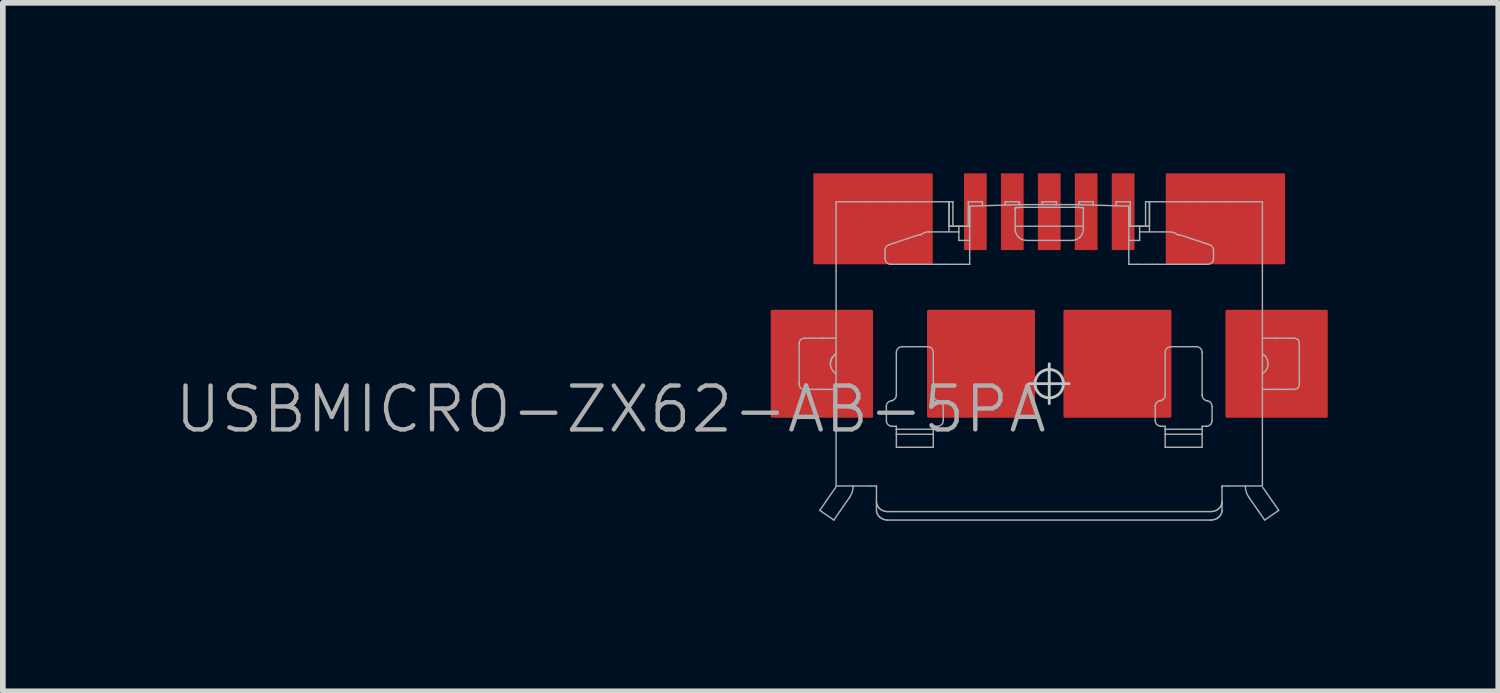
<source format=kicad_pcb>
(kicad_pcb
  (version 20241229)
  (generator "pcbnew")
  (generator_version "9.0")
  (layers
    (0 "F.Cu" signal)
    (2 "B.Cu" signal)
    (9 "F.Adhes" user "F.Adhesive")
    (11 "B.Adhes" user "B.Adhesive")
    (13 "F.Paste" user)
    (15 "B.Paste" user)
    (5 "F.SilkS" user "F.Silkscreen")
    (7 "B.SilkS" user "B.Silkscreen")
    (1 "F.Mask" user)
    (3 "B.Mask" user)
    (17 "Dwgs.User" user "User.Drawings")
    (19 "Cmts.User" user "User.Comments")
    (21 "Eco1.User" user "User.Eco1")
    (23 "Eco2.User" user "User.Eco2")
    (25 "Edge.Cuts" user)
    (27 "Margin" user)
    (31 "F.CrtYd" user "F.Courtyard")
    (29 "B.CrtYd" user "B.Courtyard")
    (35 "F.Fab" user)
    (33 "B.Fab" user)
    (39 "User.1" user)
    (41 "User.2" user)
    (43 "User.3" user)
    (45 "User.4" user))
  (footprint "USBMICRO-ZX62-AB-5PA"
    (layer "F.Cu")
    (at 15.41 3.7)
    (property "Reference" "USBMICRO-ZX62-AB-5PA" (at 0 0 180) (layer "F.Fab") (effects (font (size 0.772 0.772) (thickness 0.077)) (justify right top)))
    (attr through_hole)
    (fp_line (start 0 -0.35) (end 0 0.35) (stroke (width 0.05) (type solid)) (layer "Dwgs.User"))
    (fp_line (start 0.35 0) (end -0.35 0) (stroke (width 0.05) (type solid)) (layer "Dwgs.User"))
    (fp_circle (center 0 0) (end 0.25 0) (stroke (width 0.05) (type solid)) (fill no) (layer "Dwgs.User"))
    (fp_line (start -4.4 0) (end -4.4 -0.7) (stroke (width 0.025) (type solid)) (layer "F.Fab"))
    (fp_line (start -4.304 -0.8) (end -4.232 -0.8) (stroke (width 0.025) (type solid)) (layer "F.Fab"))
    (fp_line (start -4.232 -0.8) (end -4.012 -0.8) (stroke (width 0.025) (type solid)) (layer "F.Fab"))
    (fp_line (start -4.232 0.1) (end -4.304 0.1) (stroke (width 0.025) (type solid)) (layer "F.Fab"))
    (fp_line (start -4.037 2.229) (end -3.79 2.4) (stroke (width 0.025) (type solid)) (layer "F.Fab"))
    (fp_line (start -4.012 -0.8) (end -3.983 -0.8) (stroke (width 0.025) (type solid)) (layer "F.Fab"))
    (fp_line (start -4.012 0.1) (end -4.232 0.1) (stroke (width 0.025) (type solid)) (layer "F.Fab"))
    (fp_line (start -3.983 -0.8) (end -3.75 -0.8) (stroke (width 0.025) (type solid)) (layer "F.Fab"))
    (fp_line (start -3.983 0.1) (end -4.012 0.1) (stroke (width 0.025) (type solid)) (layer "F.Fab"))
    (fp_line (start -3.923 2.064) (end -4.037 2.229) (stroke (width 0.025) (type solid)) (layer "F.Fab"))
    (fp_line (start -3.79 2.4) (end -3.676 2.235) (stroke (width 0.025) (type solid)) (layer "F.Fab"))
    (fp_line (start -3.759 1.828) (end -3.923 2.064) (stroke (width 0.025) (type solid)) (layer "F.Fab"))
    (fp_line (start -3.75 -3.2) (end -3.75 1.8) (stroke (width 0.025) (type solid)) (layer "F.Fab"))
    (fp_line (start -3.75 0.1) (end -3.983 0.1) (stroke (width 0.025) (type solid)) (layer "F.Fab"))
    (fp_line (start -3.75 1.8) (end -3.15 1.8) (stroke (width 0.025) (type solid)) (layer "F.Fab"))
    (fp_line (start -3.676 2.235) (end -3.512 1.999) (stroke (width 0.025) (type solid)) (layer "F.Fab"))
    (fp_line (start -3.15 -3.2) (end -3.75 -3.2) (stroke (width 0.025) (type solid)) (layer "F.Fab"))
    (fp_line (start -3.15 1.8) (end -3.04 1.8) (stroke (width 0.025) (type solid)) (layer "F.Fab"))
    (fp_line (start -3.04 1.8) (end -3.04 1.824) (stroke (width 0.025) (type solid)) (layer "F.Fab"))
    (fp_line (start -3.04 1.824) (end -3.04 2.077) (stroke (width 0.025) (type solid)) (layer "F.Fab"))
    (fp_line (start -3.04 2.077) (end -3.04 2.226) (stroke (width 0.025) (type solid)) (layer "F.Fab"))
    (fp_line (start -3.04 2.226) (end -3.037 2.253) (stroke (width 0.025) (type solid)) (layer "F.Fab"))
    (fp_line (start -3.037 2.105) (end -3.04 2.077) (stroke (width 0.025) (type solid)) (layer "F.Fab"))
    (fp_line (start -3.037 2.253) (end -3.03 2.28) (stroke (width 0.025) (type solid)) (layer "F.Fab"))
    (fp_line (start -3.03 2.131) (end -3.037 2.105) (stroke (width 0.025) (type solid)) (layer "F.Fab"))
    (fp_line (start -3.03 2.28) (end -3.018 2.305) (stroke (width 0.025) (type solid)) (layer "F.Fab"))
    (fp_line (start -3.018 2.156) (end -3.03 2.131) (stroke (width 0.025) (type solid)) (layer "F.Fab"))
    (fp_line (start -3.018 2.305) (end -3.002 2.328) (stroke (width 0.025) (type solid)) (layer "F.Fab"))
    (fp_line (start -3.002 2.18) (end -3.018 2.156) (stroke (width 0.025) (type solid)) (layer "F.Fab"))
    (fp_line (start -3.002 2.328) (end -2.981 2.349) (stroke (width 0.025) (type solid)) (layer "F.Fab"))
    (fp_line (start -2.981 2.2) (end -3.002 2.18) (stroke (width 0.025) (type solid)) (layer "F.Fab"))
    (fp_line (start -2.981 2.349) (end -2.958 2.367) (stroke (width 0.025) (type solid)) (layer "F.Fab"))
    (fp_line (start -2.958 2.218) (end -2.981 2.2) (stroke (width 0.025) (type solid)) (layer "F.Fab"))
    (fp_line (start -2.958 2.367) (end -2.931 2.381) (stroke (width 0.025) (type solid)) (layer "F.Fab"))
    (fp_line (start -2.931 2.232) (end -2.958 2.218) (stroke (width 0.025) (type solid)) (layer "F.Fab"))
    (fp_line (start -2.931 2.381) (end -2.902 2.391) (stroke (width 0.025) (type solid)) (layer "F.Fab"))
    (fp_line (start -2.902 2.243) (end -2.931 2.232) (stroke (width 0.025) (type solid)) (layer "F.Fab"))
    (fp_line (start -2.902 2.391) (end -2.871 2.398) (stroke (width 0.025) (type solid)) (layer "F.Fab"))
    (fp_line (start -2.89 -2.348) (end -2.89 -2.2) (stroke (width 0.025) (type solid)) (layer "F.Fab"))
    (fp_line (start -2.871 2.249) (end -2.902 2.243) (stroke (width 0.025) (type solid)) (layer "F.Fab"))
    (fp_line (start -2.871 2.398) (end -2.84 2.4) (stroke (width 0.025) (type solid)) (layer "F.Fab"))
    (fp_line (start -2.865 0.65) (end -2.865 0.4) (stroke (width 0.025) (type solid)) (layer "F.Fab"))
    (fp_line (start -2.84 2.251) (end -2.871 2.249) (stroke (width 0.025) (type solid)) (layer "F.Fab"))
    (fp_line (start -2.84 2.4) (end 2.84 2.4) (stroke (width 0.025) (type solid)) (layer "F.Fab"))
    (fp_line (start -2.79 -2.1) (end -2.74 -2.1) (stroke (width 0.025) (type solid)) (layer "F.Fab"))
    (fp_line (start -2.755 -3.2) (end -3.15 -3.2) (stroke (width 0.025) (type solid)) (layer "F.Fab"))
    (fp_line (start -2.755 -2.466) (end -2.822 -2.443) (stroke (width 0.025) (type solid)) (layer "F.Fab"))
    (fp_line (start -2.74 -2.1) (end -2.453 -2.1) (stroke (width 0.025) (type solid)) (layer "F.Fab"))
    (fp_line (start -2.69 0.201) (end -2.69 -0.55) (stroke (width 0.025) (type solid)) (layer "F.Fab"))
    (fp_line (start -2.69 0.75) (end -2.765 0.75) (stroke (width 0.025) (type solid)) (layer "F.Fab"))
    (fp_line (start -2.69 0.802) (end -2.69 0.75) (stroke (width 0.025) (type solid)) (layer "F.Fab"))
    (fp_line (start -2.69 0.89) (end -2.69 0.802) (stroke (width 0.025) (type solid)) (layer "F.Fab"))
    (fp_line (start -2.69 1.119) (end -2.69 0.89) (stroke (width 0.025) (type solid)) (layer "F.Fab"))
    (fp_line (start -2.59 -0.65) (end -2.14 -0.65) (stroke (width 0.025) (type solid)) (layer "F.Fab"))
    (fp_line (start -2.5 -3.2) (end -2.755 -3.2) (stroke (width 0.025) (type solid)) (layer "F.Fab"))
    (fp_line (start -2.5 -2.551) (end -2.755 -2.466) (stroke (width 0.025) (type solid)) (layer "F.Fab"))
    (fp_line (start -2.453 -2.1) (end -2.377 -2.1) (stroke (width 0.025) (type solid)) (layer "F.Fab"))
    (fp_line (start -2.377 -2.1) (end -1.903 -2.1) (stroke (width 0.025) (type solid)) (layer "F.Fab"))
    (fp_line (start -2.29 -2.62) (end -2.5 -2.551) (stroke (width 0.025) (type solid)) (layer "F.Fab"))
    (fp_line (start -2.258 -2.62) (end -2.29 -2.62) (stroke (width 0.025) (type solid)) (layer "F.Fab"))
    (fp_line (start -2.04 -0.55) (end -2.04 0.201) (stroke (width 0.025) (type solid)) (layer "F.Fab"))
    (fp_line (start -2.04 0.75) (end -2.04 0.802) (stroke (width 0.025) (type solid)) (layer "F.Fab"))
    (fp_line (start -2.04 0.802) (end -2.69 0.802) (stroke (width 0.025) (type solid)) (layer "F.Fab"))
    (fp_line (start -2.04 0.802) (end -2.04 0.89) (stroke (width 0.025) (type solid)) (layer "F.Fab"))
    (fp_line (start -2.04 0.89) (end -2.69 0.89) (stroke (width 0.025) (type solid)) (layer "F.Fab"))
    (fp_line (start -2.04 0.89) (end -2.04 1.119) (stroke (width 0.025) (type solid)) (layer "F.Fab"))
    (fp_line (start -2.04 1.119) (end -2.69 1.119) (stroke (width 0.025) (type solid)) (layer "F.Fab"))
    (fp_line (start -1.965 0.75) (end -2.04 0.75) (stroke (width 0.025) (type solid)) (layer "F.Fab"))
    (fp_line (start -1.903 -2.1) (end -1.827 -2.1) (stroke (width 0.025) (type solid)) (layer "F.Fab"))
    (fp_line (start -1.865 0.4) (end -1.865 0.65) (stroke (width 0.025) (type solid)) (layer "F.Fab"))
    (fp_line (start -1.827 -2.1) (end -1.54 -2.1) (stroke (width 0.025) (type solid)) (layer "F.Fab"))
    (fp_line (start -1.763 -3.2) (end -2.5 -3.2) (stroke (width 0.025) (type solid)) (layer "F.Fab"))
    (fp_line (start -1.763 -3.2) (end -1.763 -2.67) (stroke (width 0.025) (type solid)) (layer "F.Fab"))
    (fp_line (start -1.763 -3.2) (end -1.695 -3.2) (stroke (width 0.025) (type solid)) (layer "F.Fab"))
    (fp_line (start -1.763 -2.77) (end -1.763 -3.2) (stroke (width 0.025) (type solid)) (layer "F.Fab"))
    (fp_line (start -1.763 -2.77) (end -1.59 -2.77) (stroke (width 0.025) (type solid)) (layer "F.Fab"))
    (fp_line (start -1.695 -3.2) (end -1.695 -2.77) (stroke (width 0.025) (type solid)) (layer "F.Fab"))
    (fp_line (start -1.59 -2.77) (end -1.59 -2.67) (stroke (width 0.025) (type solid)) (layer "F.Fab"))
    (fp_line (start -1.59 -2.77) (end -1.4 -2.77) (stroke (width 0.025) (type solid)) (layer "F.Fab"))
    (fp_line (start -1.59 -2.67) (end -2.112 -2.67) (stroke (width 0.025) (type solid)) (layer "F.Fab"))
    (fp_line (start -1.59 -2.57) (end -1.59 -2.67) (stroke (width 0.025) (type solid)) (layer "F.Fab"))
    (fp_line (start -1.59 -2.52) (end -1.59 -2.57) (stroke (width 0.025) (type solid)) (layer "F.Fab"))
    (fp_line (start -1.54 -2.1) (end -1.4 -2.1) (stroke (width 0.025) (type solid)) (layer "F.Fab"))
    (fp_line (start -1.425 -3.2) (end -1.175 -3.2) (stroke (width 0.025) (type solid)) (layer "F.Fab"))
    (fp_line (start -1.425 -2.77) (end -1.425 -3.2) (stroke (width 0.025) (type solid)) (layer "F.Fab"))
    (fp_line (start -1.4 -3.123) (end -1.4 -2.77) (stroke (width 0.025) (type solid)) (layer "F.Fab"))
    (fp_line (start -1.4 -3.079) (end -1.4 -3.123) (stroke (width 0.025) (type solid)) (layer "F.Fab"))
    (fp_line (start -1.4 -2.77) (end -1.763 -2.77) (stroke (width 0.025) (type solid)) (layer "F.Fab"))
    (fp_line (start -1.4 -2.58) (end -1.4 -3.079) (stroke (width 0.025) (type solid)) (layer "F.Fab"))
    (fp_line (start -1.4 -2.52) (end -1.59 -2.52) (stroke (width 0.025) (type solid)) (layer "F.Fab"))
    (fp_line (start -1.4 -2.1) (end -1.4 -2.58) (stroke (width 0.025) (type solid)) (layer "F.Fab"))
    (fp_line (start -1.175 -3.13) (end -1.175 -3.2) (stroke (width 0.025) (type solid)) (layer "F.Fab"))
    (fp_line (start -0.775 -3.2) (end -0.775 -3.142) (stroke (width 0.025) (type solid)) (layer "F.Fab"))
    (fp_line (start -0.775 -3.2) (end -0.525 -3.2) (stroke (width 0.025) (type solid)) (layer "F.Fab"))
    (fp_line (start -0.6 -3.092) (end -0.597 -3.094) (stroke (width 0.025) (type solid)) (layer "F.Fab"))
    (fp_line (start -0.6 -3.079) (end -0.6 -3.092) (stroke (width 0.025) (type solid)) (layer "F.Fab"))
    (fp_line (start -0.6 -2.77) (end 0.6 -2.77) (stroke (width 0.025) (type solid)) (layer "F.Fab"))
    (fp_line (start -0.6 -2.72) (end -0.6 -3.079) (stroke (width 0.025) (type solid)) (layer "F.Fab"))
    (fp_line (start -0.597 -3.094) (end -0.59 -3.096) (stroke (width 0.025) (type solid)) (layer "F.Fab"))
    (fp_line (start -0.59 -3.096) (end -0.578 -3.097) (stroke (width 0.025) (type solid)) (layer "F.Fab"))
    (fp_line (start -0.578 -3.097) (end -0.562 -3.099) (stroke (width 0.025) (type solid)) (layer "F.Fab"))
    (fp_line (start -0.562 -3.099) (end -0.541 -3.1) (stroke (width 0.025) (type solid)) (layer "F.Fab"))
    (fp_line (start -0.541 -3.1) (end -0.518 -3.101) (stroke (width 0.025) (type solid)) (layer "F.Fab"))
    (fp_line (start -0.525 -3.15) (end -0.525 -3.2) (stroke (width 0.025) (type solid)) (layer "F.Fab"))
    (fp_line (start -0.518 -3.101) (end -0.491 -3.102) (stroke (width 0.025) (type solid)) (layer "F.Fab"))
    (fp_line (start -0.5 -3.15) (end -1.4 -3.123) (stroke (width 0.025) (type solid)) (layer "F.Fab"))
    (fp_line (start -0.491 -3.102) (end -0.462 -3.103) (stroke (width 0.025) (type solid)) (layer "F.Fab"))
    (fp_line (start -0.462 -3.103) (end -0.431 -3.103) (stroke (width 0.025) (type solid)) (layer "F.Fab"))
    (fp_line (start -0.431 -3.103) (end -0.4 -3.103) (stroke (width 0.025) (type solid)) (layer "F.Fab"))
    (fp_line (start -0.4 -3.103) (end 0.4 -3.103) (stroke (width 0.025) (type solid)) (layer "F.Fab"))
    (fp_line (start -0.125 -3.2) (end -0.125 -3.15) (stroke (width 0.025) (type solid)) (layer "F.Fab"))
    (fp_line (start -0.125 -3.2) (end 0.125 -3.2) (stroke (width 0.025) (type solid)) (layer "F.Fab"))
    (fp_line (start 0.125 -3.15) (end 0.125 -3.2) (stroke (width 0.025) (type solid)) (layer "F.Fab"))
    (fp_line (start 0.4 -3.103) (end 0.431 -3.103) (stroke (width 0.025) (type solid)) (layer "F.Fab"))
    (fp_line (start 0.4 -2.52) (end -0.4 -2.52) (stroke (width 0.025) (type solid)) (layer "F.Fab"))
    (fp_line (start 0.431 -3.103) (end 0.462 -3.103) (stroke (width 0.025) (type solid)) (layer "F.Fab"))
    (fp_line (start 0.462 -3.103) (end 0.491 -3.102) (stroke (width 0.025) (type solid)) (layer "F.Fab"))
    (fp_line (start 0.491 -3.102) (end 0.518 -3.101) (stroke (width 0.025) (type solid)) (layer "F.Fab"))
    (fp_line (start 0.5 -3.15) (end -0.5 -3.15) (stroke (width 0.025) (type solid)) (layer "F.Fab"))
    (fp_line (start 0.518 -3.101) (end 0.541 -3.1) (stroke (width 0.025) (type solid)) (layer "F.Fab"))
    (fp_line (start 0.525 -3.2) (end 0.525 -3.15) (stroke (width 0.025) (type solid)) (layer "F.Fab"))
    (fp_line (start 0.525 -3.2) (end 0.775 -3.2) (stroke (width 0.025) (type solid)) (layer "F.Fab"))
    (fp_line (start 0.541 -3.1) (end 0.562 -3.099) (stroke (width 0.025) (type solid)) (layer "F.Fab"))
    (fp_line (start 0.562 -3.099) (end 0.578 -3.097) (stroke (width 0.025) (type solid)) (layer "F.Fab"))
    (fp_line (start 0.578 -3.097) (end 0.59 -3.096) (stroke (width 0.025) (type solid)) (layer "F.Fab"))
    (fp_line (start 0.59 -3.096) (end 0.598 -3.094) (stroke (width 0.025) (type solid)) (layer "F.Fab"))
    (fp_line (start 0.598 -3.094) (end 0.6 -3.092) (stroke (width 0.025) (type solid)) (layer "F.Fab"))
    (fp_line (start 0.6 -3.092) (end 0.6 -3.079) (stroke (width 0.025) (type solid)) (layer "F.Fab"))
    (fp_line (start 0.6 -3.079) (end 0.6 -2.72) (stroke (width 0.025) (type solid)) (layer "F.Fab"))
    (fp_line (start 0.775 -3.142) (end 0.775 -3.2) (stroke (width 0.025) (type solid)) (layer "F.Fab"))
    (fp_line (start 1.175 -3.2) (end 1.175 -3.13) (stroke (width 0.025) (type solid)) (layer "F.Fab"))
    (fp_line (start 1.175 -3.2) (end 1.425 -3.2) (stroke (width 0.025) (type solid)) (layer "F.Fab"))
    (fp_line (start 1.4 -3.123) (end 0.5 -3.15) (stroke (width 0.025) (type solid)) (layer "F.Fab"))
    (fp_line (start 1.4 -3.079) (end 1.4 -3.123) (stroke (width 0.025) (type solid)) (layer "F.Fab"))
    (fp_line (start 1.4 -2.77) (end 1.4 -3.123) (stroke (width 0.025) (type solid)) (layer "F.Fab"))
    (fp_line (start 1.4 -2.77) (end 1.59 -2.77) (stroke (width 0.025) (type solid)) (layer "F.Fab"))
    (fp_line (start 1.4 -2.58) (end 1.4 -3.079) (stroke (width 0.025) (type solid)) (layer "F.Fab"))
    (fp_line (start 1.4 -2.1) (end 1.4 -2.58) (stroke (width 0.025) (type solid)) (layer "F.Fab"))
    (fp_line (start 1.425 -3.2) (end 1.425 -2.77) (stroke (width 0.025) (type solid)) (layer "F.Fab"))
    (fp_line (start 1.54 -2.1) (end 1.4 -2.1) (stroke (width 0.025) (type solid)) (layer "F.Fab"))
    (fp_line (start 1.59 -2.77) (end 1.59 -2.67) (stroke (width 0.025) (type solid)) (layer "F.Fab"))
    (fp_line (start 1.59 -2.77) (end 1.763 -2.77) (stroke (width 0.025) (type solid)) (layer "F.Fab"))
    (fp_line (start 1.59 -2.67) (end 1.59 -2.57) (stroke (width 0.025) (type solid)) (layer "F.Fab"))
    (fp_line (start 1.59 -2.67) (end 2.112 -2.67) (stroke (width 0.025) (type solid)) (layer "F.Fab"))
    (fp_line (start 1.59 -2.57) (end 1.59 -2.52) (stroke (width 0.025) (type solid)) (layer "F.Fab"))
    (fp_line (start 1.59 -2.52) (end 1.4 -2.52) (stroke (width 0.025) (type solid)) (layer "F.Fab"))
    (fp_line (start 1.695 -3.2) (end 1.695 -2.77) (stroke (width 0.025) (type solid)) (layer "F.Fab"))
    (fp_line (start 1.763 -3.2) (end 1.695 -3.2) (stroke (width 0.025) (type solid)) (layer "F.Fab"))
    (fp_line (start 1.763 -3.2) (end 1.763 -2.77) (stroke (width 0.025) (type solid)) (layer "F.Fab"))
    (fp_line (start 1.763 -3.2) (end 1.763 -2.67) (stroke (width 0.025) (type solid)) (layer "F.Fab"))
    (fp_line (start 1.763 -2.77) (end 1.4 -2.77) (stroke (width 0.025) (type solid)) (layer "F.Fab"))
    (fp_line (start 1.827 -2.1) (end 1.54 -2.1) (stroke (width 0.025) (type solid)) (layer "F.Fab"))
    (fp_line (start 1.865 0.65) (end 1.865 0.4) (stroke (width 0.025) (type solid)) (layer "F.Fab"))
    (fp_line (start 1.903 -2.1) (end 1.827 -2.1) (stroke (width 0.025) (type solid)) (layer "F.Fab"))
    (fp_line (start 2.04 0.201) (end 2.04 -0.55) (stroke (width 0.025) (type solid)) (layer "F.Fab"))
    (fp_line (start 2.04 0.75) (end 1.965 0.75) (stroke (width 0.025) (type solid)) (layer "F.Fab"))
    (fp_line (start 2.04 0.802) (end 2.04 0.75) (stroke (width 0.025) (type solid)) (layer "F.Fab"))
    (fp_line (start 2.04 0.802) (end 2.69 0.802) (stroke (width 0.025) (type solid)) (layer "F.Fab"))
    (fp_line (start 2.04 0.89) (end 2.04 0.802) (stroke (width 0.025) (type solid)) (layer "F.Fab"))
    (fp_line (start 2.04 0.89) (end 2.69 0.89) (stroke (width 0.025) (type solid)) (layer "F.Fab"))
    (fp_line (start 2.04 1.119) (end 2.04 0.89) (stroke (width 0.025) (type solid)) (layer "F.Fab"))
    (fp_line (start 2.14 -0.65) (end 2.59 -0.65) (stroke (width 0.025) (type solid)) (layer "F.Fab"))
    (fp_line (start 2.258 -2.62) (end 2.29 -2.62) (stroke (width 0.025) (type solid)) (layer "F.Fab"))
    (fp_line (start 2.29 -2.62) (end 2.5 -2.551) (stroke (width 0.025) (type solid)) (layer "F.Fab"))
    (fp_line (start 2.377 -2.1) (end 1.903 -2.1) (stroke (width 0.025) (type solid)) (layer "F.Fab"))
    (fp_line (start 2.453 -2.1) (end 2.377 -2.1) (stroke (width 0.025) (type solid)) (layer "F.Fab"))
    (fp_line (start 2.5 -3.2) (end 1.763 -3.2) (stroke (width 0.025) (type solid)) (layer "F.Fab"))
    (fp_line (start 2.5 -2.551) (end 2.755 -2.466) (stroke (width 0.025) (type solid)) (layer "F.Fab"))
    (fp_line (start 2.69 -0.55) (end 2.69 0.201) (stroke (width 0.025) (type solid)) (layer "F.Fab"))
    (fp_line (start 2.69 0.75) (end 2.69 0.802) (stroke (width 0.025) (type solid)) (layer "F.Fab"))
    (fp_line (start 2.69 0.802) (end 2.69 0.89) (stroke (width 0.025) (type solid)) (layer "F.Fab"))
    (fp_line (start 2.69 0.89) (end 2.69 1.119) (stroke (width 0.025) (type solid)) (layer "F.Fab"))
    (fp_line (start 2.69 1.119) (end 2.04 1.119) (stroke (width 0.025) (type solid)) (layer "F.Fab"))
    (fp_line (start 2.74 -2.1) (end 2.453 -2.1) (stroke (width 0.025) (type solid)) (layer "F.Fab"))
    (fp_line (start 2.755 -3.2) (end 2.5 -3.2) (stroke (width 0.025) (type solid)) (layer "F.Fab"))
    (fp_line (start 2.755 -2.466) (end 2.822 -2.443) (stroke (width 0.025) (type solid)) (layer "F.Fab"))
    (fp_line (start 2.764 0.75) (end 2.69 0.75) (stroke (width 0.025) (type solid)) (layer "F.Fab"))
    (fp_line (start 2.765 0.75) (end 2.764 0.75) (stroke (width 0.025) (type solid)) (layer "F.Fab"))
    (fp_line (start 2.79 -2.1) (end 2.74 -2.1) (stroke (width 0.025) (type solid)) (layer "F.Fab"))
    (fp_line (start 2.84 2.251) (end -2.84 2.251) (stroke (width 0.025) (type solid)) (layer "F.Fab"))
    (fp_line (start 2.84 2.4) (end 2.871 2.398) (stroke (width 0.025) (type solid)) (layer "F.Fab"))
    (fp_line (start 2.865 0.4) (end 2.865 0.65) (stroke (width 0.025) (type solid)) (layer "F.Fab"))
    (fp_line (start 2.871 2.249) (end 2.84 2.251) (stroke (width 0.025) (type solid)) (layer "F.Fab"))
    (fp_line (start 2.871 2.398) (end 2.902 2.391) (stroke (width 0.025) (type solid)) (layer "F.Fab"))
    (fp_line (start 2.89 -2.348) (end 2.89 -2.2) (stroke (width 0.025) (type solid)) (layer "F.Fab"))
    (fp_line (start 2.902 2.243) (end 2.871 2.249) (stroke (width 0.025) (type solid)) (layer "F.Fab"))
    (fp_line (start 2.902 2.391) (end 2.931 2.381) (stroke (width 0.025) (type solid)) (layer "F.Fab"))
    (fp_line (start 2.931 2.232) (end 2.902 2.243) (stroke (width 0.025) (type solid)) (layer "F.Fab"))
    (fp_line (start 2.931 2.381) (end 2.958 2.367) (stroke (width 0.025) (type solid)) (layer "F.Fab"))
    (fp_line (start 2.958 2.218) (end 2.931 2.232) (stroke (width 0.025) (type solid)) (layer "F.Fab"))
    (fp_line (start 2.958 2.367) (end 2.981 2.349) (stroke (width 0.025) (type solid)) (layer "F.Fab"))
    (fp_line (start 2.981 2.2) (end 2.958 2.218) (stroke (width 0.025) (type solid)) (layer "F.Fab"))
    (fp_line (start 2.981 2.349) (end 3.002 2.328) (stroke (width 0.025) (type solid)) (layer "F.Fab"))
    (fp_line (start 3.002 2.18) (end 2.981 2.2) (stroke (width 0.025) (type solid)) (layer "F.Fab"))
    (fp_line (start 3.002 2.328) (end 3.018 2.305) (stroke (width 0.025) (type solid)) (layer "F.Fab"))
    (fp_line (start 3.018 2.156) (end 3.002 2.18) (stroke (width 0.025) (type solid)) (layer "F.Fab"))
    (fp_line (start 3.018 2.305) (end 3.03 2.28) (stroke (width 0.025) (type solid)) (layer "F.Fab"))
    (fp_line (start 3.03 2.131) (end 3.018 2.156) (stroke (width 0.025) (type solid)) (layer "F.Fab"))
    (fp_line (start 3.03 2.28) (end 3.038 2.253) (stroke (width 0.025) (type solid)) (layer "F.Fab"))
    (fp_line (start 3.038 2.105) (end 3.03 2.131) (stroke (width 0.025) (type solid)) (layer "F.Fab"))
    (fp_line (start 3.038 2.253) (end 3.04 2.226) (stroke (width 0.025) (type solid)) (layer "F.Fab"))
    (fp_line (start 3.04 1.8) (end 3.15 1.8) (stroke (width 0.025) (type solid)) (layer "F.Fab"))
    (fp_line (start 3.04 1.824) (end 3.04 1.8) (stroke (width 0.025) (type solid)) (layer "F.Fab"))
    (fp_line (start 3.04 2.077) (end 3.038 2.105) (stroke (width 0.025) (type solid)) (layer "F.Fab"))
    (fp_line (start 3.04 2.077) (end 3.04 1.824) (stroke (width 0.025) (type solid)) (layer "F.Fab"))
    (fp_line (start 3.04 2.226) (end 3.04 2.077) (stroke (width 0.025) (type solid)) (layer "F.Fab"))
    (fp_line (start 3.15 -3.2) (end 2.755 -3.2) (stroke (width 0.025) (type solid)) (layer "F.Fab"))
    (fp_line (start 3.15 1.8) (end 3.75 1.8) (stroke (width 0.025) (type solid)) (layer "F.Fab"))
    (fp_line (start 3.512 1.999) (end 3.676 2.235) (stroke (width 0.025) (type solid)) (layer "F.Fab"))
    (fp_line (start 3.676 2.235) (end 3.79 2.4) (stroke (width 0.025) (type solid)) (layer "F.Fab"))
    (fp_line (start 3.75 -3.2) (end 3.15 -3.2) (stroke (width 0.025) (type solid)) (layer "F.Fab"))
    (fp_line (start 3.75 -0.8) (end 3.983 -0.8) (stroke (width 0.025) (type solid)) (layer "F.Fab"))
    (fp_line (start 3.75 1.8) (end 3.75 -3.2) (stroke (width 0.025) (type solid)) (layer "F.Fab"))
    (fp_line (start 3.79 2.4) (end 4.037 2.229) (stroke (width 0.025) (type solid)) (layer "F.Fab"))
    (fp_line (start 3.923 2.064) (end 3.759 1.828) (stroke (width 0.025) (type solid)) (layer "F.Fab"))
    (fp_line (start 3.983 -0.8) (end 4.012 -0.8) (stroke (width 0.025) (type solid)) (layer "F.Fab"))
    (fp_line (start 3.983 0.1) (end 3.75 0.1) (stroke (width 0.025) (type solid)) (layer "F.Fab"))
    (fp_line (start 4.012 -0.8) (end 4.232 -0.8) (stroke (width 0.025) (type solid)) (layer "F.Fab"))
    (fp_line (start 4.012 0.1) (end 3.983 0.1) (stroke (width 0.025) (type solid)) (layer "F.Fab"))
    (fp_line (start 4.037 2.229) (end 3.923 2.064) (stroke (width 0.025) (type solid)) (layer "F.Fab"))
    (fp_line (start 4.232 -0.8) (end 4.304 -0.8) (stroke (width 0.025) (type solid)) (layer "F.Fab"))
    (fp_line (start 4.232 0.1) (end 4.012 0.1) (stroke (width 0.025) (type solid)) (layer "F.Fab"))
    (fp_line (start 4.304 0.1) (end 4.232 0.1) (stroke (width 0.025) (type solid)) (layer "F.Fab"))
    (fp_line (start 4.4 -0.7) (end 4.4 0) (stroke (width 0.025) (type solid)) (layer "F.Fab"))
    (fp_arc (start -4.400103 -0.700003) (mid -4.40006 -0.701502) (end -4.4 -0.703) (stroke (width 0.025) (type solid)) (layer "F.Fab"))
    (fp_arc (start -4.400015 0.002) (mid -4.400011 0.001) (end -4.4 0) (stroke (width 0.025) (type solid)) (layer "F.Fab"))
    (fp_arc (start -4.399471 -0.703) (mid -4.394507 -0.738366) (end -4.38 -0.771) (stroke (width 0.025) (type solid)) (layer "F.Fab"))
    (fp_arc (start -4.380446 0.070278) (mid -4.395014 0.037511) (end -4.4 0.002) (stroke (width 0.025) (type solid)) (layer "F.Fab"))
    (fp_arc (start -4.379915 -0.770895) (mid -4.344409 -0.791843) (end -4.304 -0.8) (stroke (width 0.025) (type solid)) (layer "F.Fab"))
    (fp_arc (start -4.304003 0.099135) (mid -4.344456 0.09097) (end -4.38 0.07) (stroke (width 0.025) (type solid)) (layer "F.Fab"))
    (fp_arc (start -3.850687 -0.349999) (mid -3.823701 -0.450516) (end -3.75 -0.524) (stroke (width 0.025) (type solid)) (layer "F.Fab"))
    (fp_arc (start -3.849821 -0.349999) (mid -3.823076 -0.449866) (end -3.75 -0.523) (stroke (width 0.025) (type solid)) (layer "F.Fab"))
    (fp_arc (start -3.75009 -0.175842) (mid -3.823482 -0.249476) (end -3.85 -0.35) (stroke (width 0.025) (type solid)) (layer "F.Fab"))
    (fp_arc (start -3.449934 1.8) (mid -3.465811 1.904227) (end -3.512 1.999) (stroke (width 0.025) (type solid)) (layer "F.Fab"))
    (fp_arc (start -2.890242 -2.347999) (mid -2.871414 -2.406485) (end -2.822 -2.443) (stroke (width 0.025) (type solid)) (layer "F.Fab"))
    (fp_arc (start -2.867 0.401) (mid -2.837711 0.330289) (end -2.767 0.301) (stroke (width 0.025) (type solid)) (layer "F.Fab"))
    (fp_arc (start -2.79 -2.1) (mid -2.860711 -2.129289) (end -2.89 -2.2) (stroke (width 0.025) (type solid)) (layer "F.Fab"))
    (fp_arc (start -2.765 0.75) (mid -2.835711 0.720711) (end -2.865 0.65) (stroke (width 0.025) (type solid)) (layer "F.Fab"))
    (fp_arc (start -2.690148 0.201) (mid -2.714939 0.266849) (end -2.777 0.3) (stroke (width 0.025) (type solid)) (layer "F.Fab"))
    (fp_arc (start -2.69 -0.55) (mid -2.660711 -0.620711) (end -2.59 -0.65) (stroke (width 0.025) (type solid)) (layer "F.Fab"))
    (fp_arc (start -2.258584 -2.620514) (mid -2.194808 -2.657974) (end -2.122 -2.671) (stroke (width 0.025) (type solid)) (layer "F.Fab"))
    (fp_arc (start -2.14 -0.65) (mid -2.069289 -0.620711) (end -2.04 -0.55) (stroke (width 0.025) (type solid)) (layer "F.Fab"))
    (fp_arc (start -2.122 -2.67024) (mid -2.116999 -2.67018) (end -2.112 -2.67) (stroke (width 0.025) (type solid)) (layer "F.Fab"))
    (fp_arc (start -1.966 0.301) (mid -1.895289 0.330289) (end -1.866 0.401) (stroke (width 0.025) (type solid)) (layer "F.Fab"))
    (fp_arc (start -1.952033 0.300271) (mid -2.014843 0.267319) (end -2.04 0.201) (stroke (width 0.025) (type solid)) (layer "F.Fab"))
    (fp_arc (start -1.864 0.649) (mid -1.893289 0.719711) (end -1.964 0.749) (stroke (width 0.025) (type solid)) (layer "F.Fab"))
    (fp_arc (start -0.542421 -2.579583) (mid -0.585046 -2.644118) (end -0.6 -2.72) (stroke (width 0.025) (type solid)) (layer "F.Fab"))
    (fp_arc (start -0.4 -2.520589) (mid -0.476964 -2.536041) (end -0.542 -2.58) (stroke (width 0.025) (type solid)) (layer "F.Fab"))
    (fp_arc (start 0.542421 -2.579584) (mid 0.477191 -2.535496) (end 0.4 -2.52) (stroke (width 0.025) (type solid)) (layer "F.Fab"))
    (fp_arc (start 0.599408 -2.72) (mid 0.584499 -2.644343) (end 0.542 -2.58) (stroke (width 0.025) (type solid)) (layer "F.Fab"))
    (fp_arc (start 1.864 0.398) (mid 1.893289 0.327289) (end 1.964 0.298) (stroke (width 0.025) (type solid)) (layer "F.Fab"))
    (fp_arc (start 1.965 0.75) (mid 1.894289 0.720711) (end 1.865 0.65) (stroke (width 0.025) (type solid)) (layer "F.Fab"))
    (fp_arc (start 2.039851 0.200999) (mid 2.015061 0.266848) (end 1.953 0.3) (stroke (width 0.025) (type solid)) (layer "F.Fab"))
    (fp_arc (start 2.04 -0.55) (mid 2.069289 -0.620711) (end 2.14 -0.65) (stroke (width 0.025) (type solid)) (layer "F.Fab"))
    (fp_arc (start 2.122 -2.670228) (mid 2.19449 -2.65727) (end 2.258 -2.62) (stroke (width 0.025) (type solid)) (layer "F.Fab"))
    (fp_arc (start 2.59 -0.65) (mid 2.660711 -0.620711) (end 2.69 -0.55) (stroke (width 0.025) (type solid)) (layer "F.Fab"))
    (fp_arc (start 2.764 0.299) (mid 2.834711 0.328289) (end 2.864 0.399) (stroke (width 0.025) (type solid)) (layer "F.Fab"))
    (fp_arc (start 2.777966 0.300269) (mid 2.715157 0.267317) (end 2.69 0.201) (stroke (width 0.025) (type solid)) (layer "F.Fab"))
    (fp_arc (start 2.82192 -2.442768) (mid 2.871215 -2.406343) (end 2.89 -2.348) (stroke (width 0.025) (type solid)) (layer "F.Fab"))
    (fp_arc (start 2.864 0.65) (mid 2.834711 0.720711) (end 2.764 0.75) (stroke (width 0.025) (type solid)) (layer "F.Fab"))
    (fp_arc (start 2.89 -2.2) (mid 2.860711 -2.129289) (end 2.79 -2.1) (stroke (width 0.025) (type solid)) (layer "F.Fab"))
    (fp_arc (start 3.512053 1.998961) (mid 3.465873 1.904206) (end 3.45 1.8) (stroke (width 0.025) (type solid)) (layer "F.Fab"))
    (fp_arc (start 3.750089 -0.524156) (mid 3.823482 -0.450524) (end 3.85 -0.35) (stroke (width 0.025) (type solid)) (layer "F.Fab"))
    (fp_arc (start 3.84982 -0.350001) (mid 3.823076 -0.250134) (end 3.75 -0.177) (stroke (width 0.025) (type solid)) (layer "F.Fab"))
    (fp_arc (start 4.303992 -0.800781) (mid 4.345029 -0.792441) (end 4.381 -0.771) (stroke (width 0.025) (type solid)) (layer "F.Fab"))
    (fp_arc (start 4.380727 -0.770831) (mid 4.395088 -0.738258) (end 4.4 -0.703) (stroke (width 0.025) (type solid)) (layer "F.Fab"))
    (fp_arc (start 4.381143 0.070168) (mid 4.345109 0.091646) (end 4.304 0.1) (stroke (width 0.025) (type solid)) (layer "F.Fab"))
    (fp_arc (start 4.399984 0) (mid 4.399996 0.001) (end 4.4 0.002) (stroke (width 0.025) (type solid)) (layer "F.Fab"))
    (fp_arc (start 4.400034 -0.703) (mid 4.400026 -0.7015) (end 4.4 -0.7) (stroke (width 0.025) (type solid)) (layer "F.Fab"))
    (fp_arc (start 4.400321 0.001999) (mid 4.395397 0.037345) (end 4.381 0.07) (stroke (width 0.025) (type solid)) (layer "F.Fab"))
    (pad "1" smd rect (at -1.3 -3.025 180) (size 0.4 1.35) (layers "F.Cu" "F.Mask" "F.Paste"))
    (pad "2" smd roundrect (at -0.65 -3.025 180) (size 0.4 1.35) (layers "F.Cu" "F.Mask" "F.Paste") (roundrect_rratio 0.015))
    (pad "3" smd roundrect (at 0 -3.025 180) (size 0.4 1.35) (layers "F.Cu" "F.Mask" "F.Paste") (roundrect_rratio 0.015))
    (pad "4" smd roundrect (at 0.65 -3.025 180) (size 0.4 1.35) (layers "F.Cu" "F.Mask" "F.Paste") (roundrect_rratio 0.015))
    (pad "5" smd roundrect (at 1.3 -3.025 180) (size 0.4 1.35) (layers "F.Cu" "F.Mask" "F.Paste") (roundrect_rratio 0.015))
    (pad "6" smd roundrect (at 3.1 -2.9 180) (size 2.1 1.6) (layers "F.Cu" "F.Mask" "F.Paste") (roundrect_rratio 0.015))
    (pad "7" smd roundrect (at 4 -0.35 180) (size 1.8 1.9) (layers "F.Cu" "F.Mask" "F.Paste") (roundrect_rratio 0.015))
    (pad "8" smd roundrect (at 1.2 -0.35 180) (size 1.9 1.9) (layers "F.Cu" "F.Mask" "F.Paste") (roundrect_rratio 0.015))
    (pad "9" smd roundrect (at -1.2 -0.35 180) (size 1.9 1.9) (layers "F.Cu" "F.Mask" "F.Paste") (roundrect_rratio 0.015))
    (pad "10" smd roundrect (at -4 -0.35 180) (size 1.8 1.9) (layers "F.Cu" "F.Mask" "F.Paste") (roundrect_rratio 0.015))
    (pad "11" smd roundrect (at -3.1 -2.9 180) (size 2.1 1.6) (layers "F.Cu" "F.Mask" "F.Paste") (roundrect_rratio 0.015)))
  (gr_rect
    (start -3 -3)
    (end 23.31 9.113)
    (stroke (width 0.1) (type default))
    (fill no)
    (layer "Edge.Cuts")))
</source>
